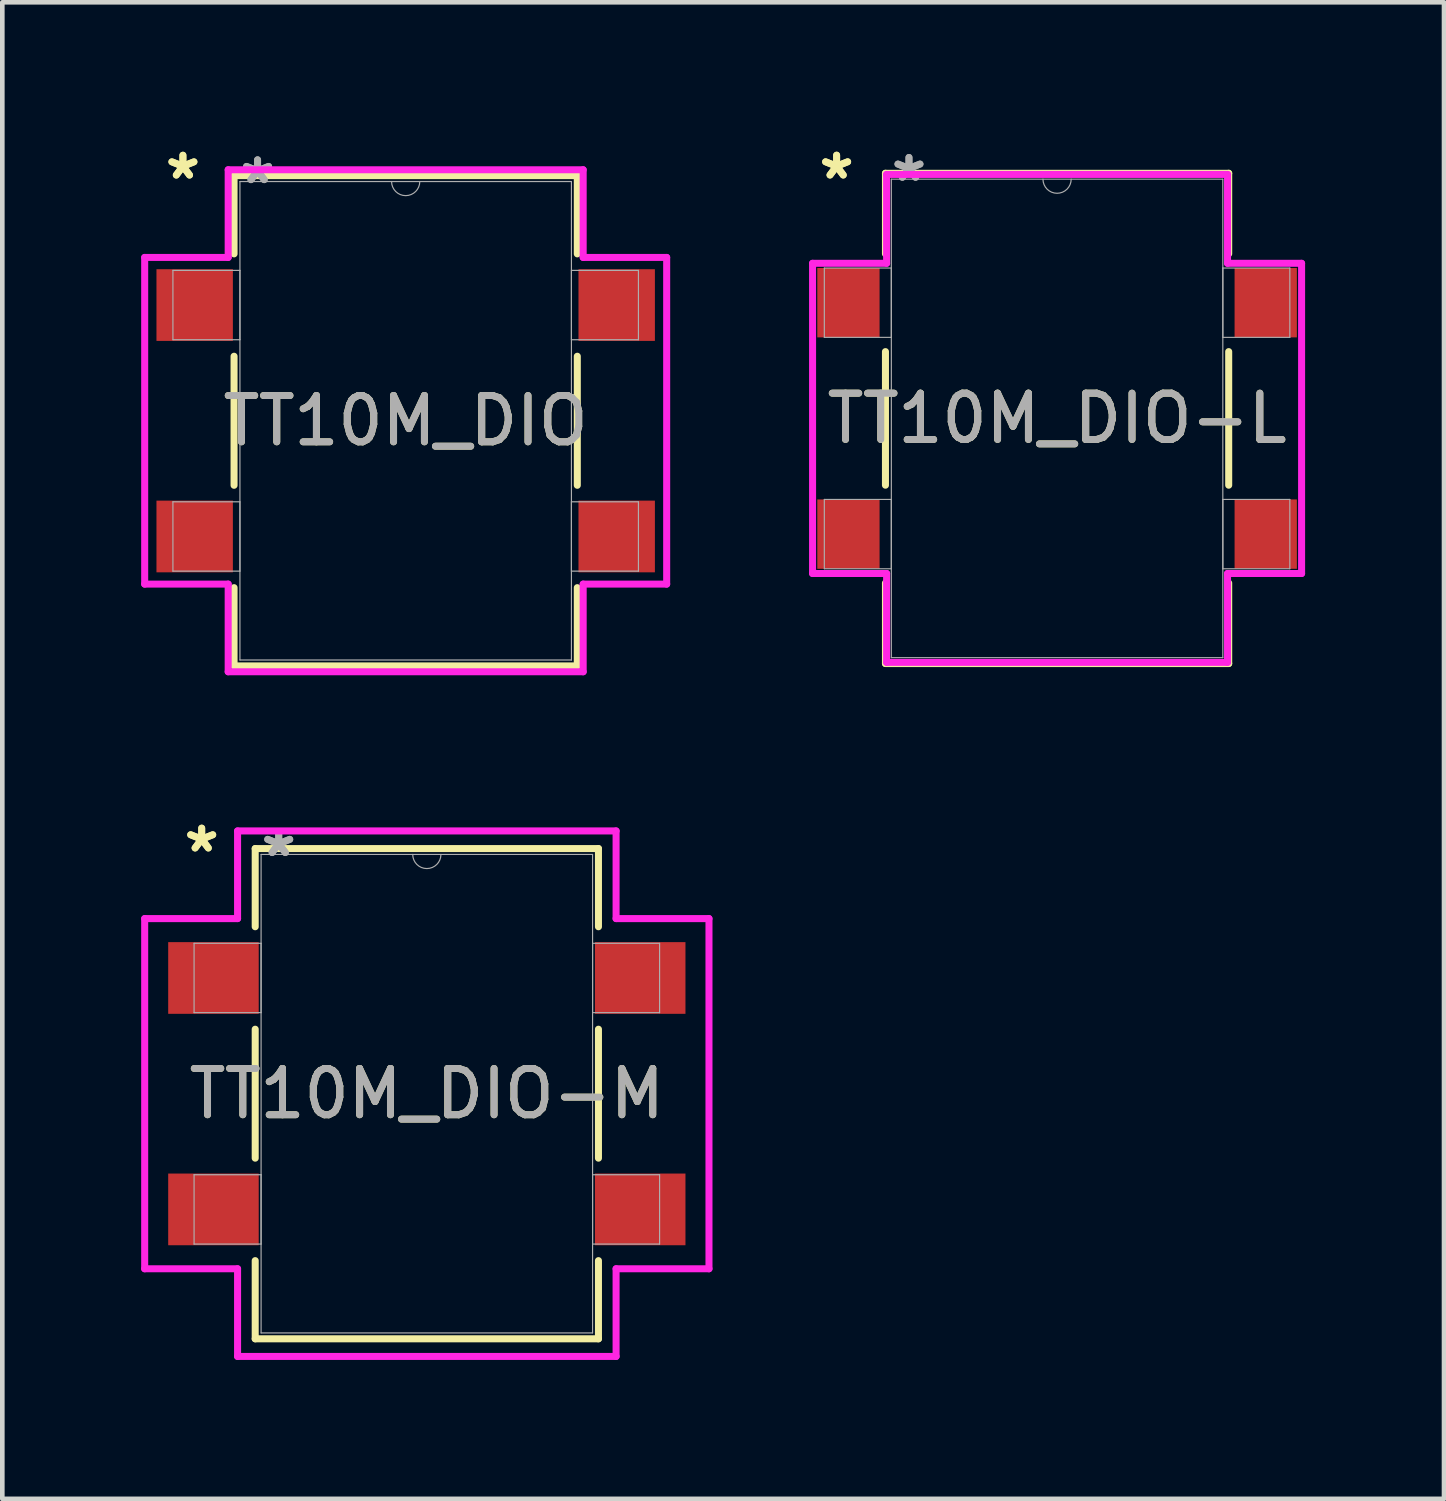
<source format=kicad_pcb>
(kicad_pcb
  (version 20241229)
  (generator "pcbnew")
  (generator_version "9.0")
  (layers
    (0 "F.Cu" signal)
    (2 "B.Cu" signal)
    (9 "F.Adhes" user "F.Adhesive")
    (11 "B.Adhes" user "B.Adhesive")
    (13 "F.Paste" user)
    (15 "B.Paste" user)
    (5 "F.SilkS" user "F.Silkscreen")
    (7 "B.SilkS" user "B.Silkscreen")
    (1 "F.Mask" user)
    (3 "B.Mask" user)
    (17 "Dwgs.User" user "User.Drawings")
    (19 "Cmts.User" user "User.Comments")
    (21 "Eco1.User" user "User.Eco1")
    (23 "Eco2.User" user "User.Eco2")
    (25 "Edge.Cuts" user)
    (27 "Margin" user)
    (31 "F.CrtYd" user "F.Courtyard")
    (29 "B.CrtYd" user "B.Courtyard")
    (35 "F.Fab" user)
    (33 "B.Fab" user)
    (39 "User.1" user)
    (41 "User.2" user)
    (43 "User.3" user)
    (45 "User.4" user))
  (footprint "TT10M_DIO"
    (layer "F.Cu")
    (at 5.715 6.041)
    (property "Reference" "TT10M_DIO" (at 0 0 0) (unlocked yes) (layer "F.SilkS") (effects (font (size 1 1) (thickness 0.15))))
    (attr smd)
    (fp_line (start -3.708 -5.296) (end -3.708 -3.606) (stroke (width 0.152) (type solid)) (layer "F.SilkS"))
    (fp_line (start -3.708 -1.394) (end -3.708 1.394) (stroke (width 0.152) (type solid)) (layer "F.SilkS"))
    (fp_line (start -3.708 3.606) (end -3.708 5.296) (stroke (width 0.152) (type solid)) (layer "F.SilkS"))
    (fp_line (start -3.708 5.296) (end 3.708 5.296) (stroke (width 0.152) (type solid)) (layer "F.SilkS"))
    (fp_line (start 3.708 -5.296) (end -3.708 -5.296) (stroke (width 0.152) (type solid)) (layer "F.SilkS"))
    (fp_line (start 3.708 -3.606) (end 3.708 -5.296) (stroke (width 0.152) (type solid)) (layer "F.SilkS"))
    (fp_line (start 3.708 1.394) (end 3.708 -1.394) (stroke (width 0.152) (type solid)) (layer "F.SilkS"))
    (fp_line (start 3.708 5.296) (end 3.708 3.606) (stroke (width 0.152) (type solid)) (layer "F.SilkS"))
    (fp_line (start -5.639 -3.529) (end -3.835 -3.529) (stroke (width 0.152) (type solid)) (layer "F.CrtYd"))
    (fp_line (start -5.639 3.529) (end -5.639 -3.529) (stroke (width 0.152) (type solid)) (layer "F.CrtYd"))
    (fp_line (start -5.639 3.529) (end -3.835 3.529) (stroke (width 0.152) (type solid)) (layer "F.CrtYd"))
    (fp_line (start -3.835 -5.423) (end 3.835 -5.423) (stroke (width 0.152) (type solid)) (layer "F.CrtYd"))
    (fp_line (start -3.835 -3.529) (end -3.835 -5.423) (stroke (width 0.152) (type solid)) (layer "F.CrtYd"))
    (fp_line (start -3.835 5.423) (end -3.835 3.529) (stroke (width 0.152) (type solid)) (layer "F.CrtYd"))
    (fp_line (start 3.835 -5.423) (end 3.835 -3.529) (stroke (width 0.152) (type solid)) (layer "F.CrtYd"))
    (fp_line (start 3.835 3.529) (end 3.835 5.423) (stroke (width 0.152) (type solid)) (layer "F.CrtYd"))
    (fp_line (start 3.835 5.423) (end -3.835 5.423) (stroke (width 0.152) (type solid)) (layer "F.CrtYd"))
    (fp_line (start 5.639 -3.529) (end 3.835 -3.529) (stroke (width 0.152) (type solid)) (layer "F.CrtYd"))
    (fp_line (start 5.639 -3.529) (end 5.639 3.529) (stroke (width 0.152) (type solid)) (layer "F.CrtYd"))
    (fp_line (start 5.639 3.529) (end 3.835 3.529) (stroke (width 0.152) (type solid)) (layer "F.CrtYd"))
    (fp_line (start -5.029 -3.249) (end -5.029 -1.751) (stroke (width 0.025) (type solid)) (layer "F.Fab"))
    (fp_line (start -5.029 -1.751) (end -3.581 -1.751) (stroke (width 0.025) (type solid)) (layer "F.Fab"))
    (fp_line (start -5.029 1.751) (end -5.029 3.249) (stroke (width 0.025) (type solid)) (layer "F.Fab"))
    (fp_line (start -5.029 3.249) (end -3.581 3.249) (stroke (width 0.025) (type solid)) (layer "F.Fab"))
    (fp_line (start -3.581 -5.169) (end -3.581 5.169) (stroke (width 0.025) (type solid)) (layer "F.Fab"))
    (fp_line (start -3.581 -3.249) (end -5.029 -3.249) (stroke (width 0.025) (type solid)) (layer "F.Fab"))
    (fp_line (start -3.581 -1.751) (end -3.581 -3.249) (stroke (width 0.025) (type solid)) (layer "F.Fab"))
    (fp_line (start -3.581 1.751) (end -5.029 1.751) (stroke (width 0.025) (type solid)) (layer "F.Fab"))
    (fp_line (start -3.581 3.249) (end -3.581 1.751) (stroke (width 0.025) (type solid)) (layer "F.Fab"))
    (fp_line (start -3.581 5.169) (end 3.581 5.169) (stroke (width 0.025) (type solid)) (layer "F.Fab"))
    (fp_line (start 3.581 -5.169) (end -3.581 -5.169) (stroke (width 0.025) (type solid)) (layer "F.Fab"))
    (fp_line (start 3.581 -3.249) (end 3.581 -1.751) (stroke (width 0.025) (type solid)) (layer "F.Fab"))
    (fp_line (start 3.581 -1.751) (end 5.029 -1.751) (stroke (width 0.025) (type solid)) (layer "F.Fab"))
    (fp_line (start 3.581 1.751) (end 3.581 3.249) (stroke (width 0.025) (type solid)) (layer "F.Fab"))
    (fp_line (start 3.581 3.249) (end 5.029 3.249) (stroke (width 0.025) (type solid)) (layer "F.Fab"))
    (fp_line (start 3.581 5.169) (end 3.581 -5.169) (stroke (width 0.025) (type solid)) (layer "F.Fab"))
    (fp_line (start 5.029 -3.249) (end 3.581 -3.249) (stroke (width 0.025) (type solid)) (layer "F.Fab"))
    (fp_line (start 5.029 -1.751) (end 5.029 -3.249) (stroke (width 0.025) (type solid)) (layer "F.Fab"))
    (fp_line (start 5.029 1.751) (end 3.581 1.751) (stroke (width 0.025) (type solid)) (layer "F.Fab"))
    (fp_line (start 5.029 3.249) (end 5.029 1.751) (stroke (width 0.025) (type solid)) (layer "F.Fab"))
    (fp_arc (start 0.3048 -5.1689) (mid 0 -4.8641) (end -0.3048 -5.1689) (stroke (width 0.0254) (type solid)) (layer "F.Fab"))
    (fp_text user "*" (at -4.813 -5.192 0) (layer "F.SilkS") (effects (font (size 1 1) (thickness 0.15))))
    (fp_text user "*" (at -4.813 -5.192 0) (unlocked yes) (layer "F.SilkS") (effects (font (size 1 1) (thickness 0.15))))
    (fp_text user "*" (at -3.2 -5.093 0) (layer "F.Fab") (effects (font (size 1 1) (thickness 0.15))))
    (fp_text user "*" (at -3.2 -5.093 0) (unlocked yes) (layer "F.Fab") (effects (font (size 1 1) (thickness 0.15))))
    (fp_text user "${REFERENCE}" (at 0 0 0) (unlocked yes) (layer "F.Fab") (effects (font (size 1 1) (thickness 0.15))))
    (pad "1" smd rect (at -4.559 -2.5) (size 1.651 1.549) (layers "F.Cu" "F.Mask" "F.Paste"))
    (pad "2" smd rect (at -4.559 2.5) (size 1.651 1.549) (layers "F.Cu" "F.Mask" "F.Paste"))
    (pad "3" smd rect (at 4.559 2.5) (size 1.651 1.549) (layers "F.Cu" "F.Mask" "F.Paste"))
    (pad "4" smd rect (at 4.559 -2.5) (size 1.651 1.549) (layers "F.Cu" "F.Mask" "F.Paste")))
  (footprint "TT10M_DIO-L"
    (layer "F.Cu")
    (at 19.789 5.99)
    (property "Reference" "TT10M_DIO-L" (at 0 0 0) (unlocked yes) (layer "F.SilkS") (effects (font (size 1 1) (thickness 0.15))))
    (attr smd)
    (fp_line (start -3.708 -5.296) (end -3.708 -3.557) (stroke (width 0.152) (type solid)) (layer "F.SilkS"))
    (fp_line (start -3.708 -1.443) (end -3.708 1.443) (stroke (width 0.152) (type solid)) (layer "F.SilkS"))
    (fp_line (start -3.708 3.557) (end -3.708 5.296) (stroke (width 0.152) (type solid)) (layer "F.SilkS"))
    (fp_line (start -3.708 5.296) (end 3.708 5.296) (stroke (width 0.152) (type solid)) (layer "F.SilkS"))
    (fp_line (start 3.708 -5.296) (end -3.708 -5.296) (stroke (width 0.152) (type solid)) (layer "F.SilkS"))
    (fp_line (start 3.708 -3.557) (end 3.708 -5.296) (stroke (width 0.152) (type solid)) (layer "F.SilkS"))
    (fp_line (start 3.708 1.443) (end 3.708 -1.443) (stroke (width 0.152) (type solid)) (layer "F.SilkS"))
    (fp_line (start 3.708 5.296) (end 3.708 3.557) (stroke (width 0.152) (type solid)) (layer "F.SilkS"))
    (fp_line (start -5.283 -3.351) (end -3.683 -3.351) (stroke (width 0.152) (type solid)) (layer "F.CrtYd"))
    (fp_line (start -5.283 3.351) (end -5.283 -3.351) (stroke (width 0.152) (type solid)) (layer "F.CrtYd"))
    (fp_line (start -5.283 3.351) (end -3.683 3.351) (stroke (width 0.152) (type solid)) (layer "F.CrtYd"))
    (fp_line (start -3.683 -5.271) (end 3.683 -5.271) (stroke (width 0.152) (type solid)) (layer "F.CrtYd"))
    (fp_line (start -3.683 -3.351) (end -3.683 -5.271) (stroke (width 0.152) (type solid)) (layer "F.CrtYd"))
    (fp_line (start -3.683 5.271) (end -3.683 3.351) (stroke (width 0.152) (type solid)) (layer "F.CrtYd"))
    (fp_line (start 3.683 -5.271) (end 3.683 -3.351) (stroke (width 0.152) (type solid)) (layer "F.CrtYd"))
    (fp_line (start 3.683 3.351) (end 3.683 5.271) (stroke (width 0.152) (type solid)) (layer "F.CrtYd"))
    (fp_line (start 3.683 5.271) (end -3.683 5.271) (stroke (width 0.152) (type solid)) (layer "F.CrtYd"))
    (fp_line (start 5.283 -3.351) (end 3.683 -3.351) (stroke (width 0.152) (type solid)) (layer "F.CrtYd"))
    (fp_line (start 5.283 -3.351) (end 5.283 3.351) (stroke (width 0.152) (type solid)) (layer "F.CrtYd"))
    (fp_line (start 5.283 3.351) (end 3.683 3.351) (stroke (width 0.152) (type solid)) (layer "F.CrtYd"))
    (fp_line (start -5.029 -3.249) (end -5.029 -1.751) (stroke (width 0.025) (type solid)) (layer "F.Fab"))
    (fp_line (start -5.029 -1.751) (end -3.581 -1.751) (stroke (width 0.025) (type solid)) (layer "F.Fab"))
    (fp_line (start -5.029 1.751) (end -5.029 3.249) (stroke (width 0.025) (type solid)) (layer "F.Fab"))
    (fp_line (start -5.029 3.249) (end -3.581 3.249) (stroke (width 0.025) (type solid)) (layer "F.Fab"))
    (fp_line (start -3.581 -5.169) (end -3.581 5.169) (stroke (width 0.025) (type solid)) (layer "F.Fab"))
    (fp_line (start -3.581 -3.249) (end -5.029 -3.249) (stroke (width 0.025) (type solid)) (layer "F.Fab"))
    (fp_line (start -3.581 -1.751) (end -3.581 -3.249) (stroke (width 0.025) (type solid)) (layer "F.Fab"))
    (fp_line (start -3.581 1.751) (end -5.029 1.751) (stroke (width 0.025) (type solid)) (layer "F.Fab"))
    (fp_line (start -3.581 3.249) (end -3.581 1.751) (stroke (width 0.025) (type solid)) (layer "F.Fab"))
    (fp_line (start -3.581 5.169) (end 3.581 5.169) (stroke (width 0.025) (type solid)) (layer "F.Fab"))
    (fp_line (start 3.581 -5.169) (end -3.581 -5.169) (stroke (width 0.025) (type solid)) (layer "F.Fab"))
    (fp_line (start 3.581 -3.249) (end 3.581 -1.751) (stroke (width 0.025) (type solid)) (layer "F.Fab"))
    (fp_line (start 3.581 -1.751) (end 5.029 -1.751) (stroke (width 0.025) (type solid)) (layer "F.Fab"))
    (fp_line (start 3.581 1.751) (end 3.581 3.249) (stroke (width 0.025) (type solid)) (layer "F.Fab"))
    (fp_line (start 3.581 3.249) (end 5.029 3.249) (stroke (width 0.025) (type solid)) (layer "F.Fab"))
    (fp_line (start 3.581 5.169) (end 3.581 -5.169) (stroke (width 0.025) (type solid)) (layer "F.Fab"))
    (fp_line (start 5.029 -3.249) (end 3.581 -3.249) (stroke (width 0.025) (type solid)) (layer "F.Fab"))
    (fp_line (start 5.029 -1.751) (end 5.029 -3.249) (stroke (width 0.025) (type solid)) (layer "F.Fab"))
    (fp_line (start 5.029 1.751) (end 3.581 1.751) (stroke (width 0.025) (type solid)) (layer "F.Fab"))
    (fp_line (start 5.029 3.249) (end 5.029 1.751) (stroke (width 0.025) (type solid)) (layer "F.Fab"))
    (fp_arc (start 0.3048 -5.1689) (mid 0 -4.8641) (end -0.3048 -5.1689) (stroke (width 0.0254) (type solid)) (layer "F.Fab"))
    (fp_text user "*" (at -4.763 -5.142 0) (layer "F.SilkS") (effects (font (size 1 1) (thickness 0.15))))
    (fp_text user "*" (at -4.763 -5.142 0) (unlocked yes) (layer "F.SilkS") (effects (font (size 1 1) (thickness 0.15))))
    (fp_text user "*" (at -3.2 -5.093 0) (layer "F.Fab") (effects (font (size 1 1) (thickness 0.15))))
    (fp_text user "${REFERENCE}" (at 0 0 0) (unlocked yes) (layer "F.Fab") (effects (font (size 1 1) (thickness 0.15))))
    (fp_text user "*" (at -3.2 -5.093 0) (unlocked yes) (layer "F.Fab") (effects (font (size 1 1) (thickness 0.15))))
    (pad "1" smd rect (at -4.508 -2.5) (size 1.346 1.499) (layers "F.Cu" "F.Mask" "F.Paste"))
    (pad "2" smd rect (at -4.508 2.5) (size 1.346 1.499) (layers "F.Cu" "F.Mask" "F.Paste"))
    (pad "3" smd rect (at 4.508 2.5) (size 1.346 1.499) (layers "F.Cu" "F.Mask" "F.Paste"))
    (pad "4" smd rect (at 4.508 -2.5) (size 1.346 1.499) (layers "F.Cu" "F.Mask" "F.Paste")))
  (footprint "TT10M_DIO-M"
    (layer "F.Cu")
    (at 6.172 20.58)
    (property "Reference" "TT10M_DIO-M" (at 0 0 0) (unlocked yes) (layer "F.SilkS") (effects (font (size 1 1) (thickness 0.15))))
    (attr smd)
    (fp_line (start -3.708 -5.296) (end -3.708 -3.607) (stroke (width 0.152) (type solid)) (layer "F.SilkS"))
    (fp_line (start -3.708 -1.393) (end -3.708 1.393) (stroke (width 0.152) (type solid)) (layer "F.SilkS"))
    (fp_line (start -3.708 3.607) (end -3.708 5.296) (stroke (width 0.152) (type solid)) (layer "F.SilkS"))
    (fp_line (start -3.708 5.296) (end 3.708 5.296) (stroke (width 0.152) (type solid)) (layer "F.SilkS"))
    (fp_line (start 3.708 -5.296) (end -3.708 -5.296) (stroke (width 0.152) (type solid)) (layer "F.SilkS"))
    (fp_line (start 3.708 -3.607) (end 3.708 -5.296) (stroke (width 0.152) (type solid)) (layer "F.SilkS"))
    (fp_line (start 3.708 1.393) (end 3.708 -1.393) (stroke (width 0.152) (type solid)) (layer "F.SilkS"))
    (fp_line (start 3.708 5.296) (end 3.708 3.607) (stroke (width 0.152) (type solid)) (layer "F.SilkS"))
    (fp_line (start -6.096 -3.783) (end -4.089 -3.783) (stroke (width 0.152) (type solid)) (layer "F.CrtYd"))
    (fp_line (start -6.096 3.783) (end -6.096 -3.783) (stroke (width 0.152) (type solid)) (layer "F.CrtYd"))
    (fp_line (start -6.096 3.783) (end -4.089 3.783) (stroke (width 0.152) (type solid)) (layer "F.CrtYd"))
    (fp_line (start -4.089 -5.677) (end 4.089 -5.677) (stroke (width 0.152) (type solid)) (layer "F.CrtYd"))
    (fp_line (start -4.089 -3.783) (end -4.089 -5.677) (stroke (width 0.152) (type solid)) (layer "F.CrtYd"))
    (fp_line (start -4.089 5.677) (end -4.089 3.783) (stroke (width 0.152) (type solid)) (layer "F.CrtYd"))
    (fp_line (start 4.089 -5.677) (end 4.089 -3.783) (stroke (width 0.152) (type solid)) (layer "F.CrtYd"))
    (fp_line (start 4.089 3.783) (end 4.089 5.677) (stroke (width 0.152) (type solid)) (layer "F.CrtYd"))
    (fp_line (start 4.089 5.677) (end -4.089 5.677) (stroke (width 0.152) (type solid)) (layer "F.CrtYd"))
    (fp_line (start 6.096 -3.783) (end 4.089 -3.783) (stroke (width 0.152) (type solid)) (layer "F.CrtYd"))
    (fp_line (start 6.096 -3.783) (end 6.096 3.783) (stroke (width 0.152) (type solid)) (layer "F.CrtYd"))
    (fp_line (start 6.096 3.783) (end 4.089 3.783) (stroke (width 0.152) (type solid)) (layer "F.CrtYd"))
    (fp_line (start -5.029 -3.249) (end -5.029 -1.751) (stroke (width 0.025) (type solid)) (layer "F.Fab"))
    (fp_line (start -5.029 -1.751) (end -3.581 -1.751) (stroke (width 0.025) (type solid)) (layer "F.Fab"))
    (fp_line (start -5.029 1.751) (end -5.029 3.249) (stroke (width 0.025) (type solid)) (layer "F.Fab"))
    (fp_line (start -5.029 3.249) (end -3.581 3.249) (stroke (width 0.025) (type solid)) (layer "F.Fab"))
    (fp_line (start -3.581 -5.169) (end -3.581 5.169) (stroke (width 0.025) (type solid)) (layer "F.Fab"))
    (fp_line (start -3.581 -3.249) (end -5.029 -3.249) (stroke (width 0.025) (type solid)) (layer "F.Fab"))
    (fp_line (start -3.581 -1.751) (end -3.581 -3.249) (stroke (width 0.025) (type solid)) (layer "F.Fab"))
    (fp_line (start -3.581 1.751) (end -5.029 1.751) (stroke (width 0.025) (type solid)) (layer "F.Fab"))
    (fp_line (start -3.581 3.249) (end -3.581 1.751) (stroke (width 0.025) (type solid)) (layer "F.Fab"))
    (fp_line (start -3.581 5.169) (end 3.581 5.169) (stroke (width 0.025) (type solid)) (layer "F.Fab"))
    (fp_line (start 3.581 -5.169) (end -3.581 -5.169) (stroke (width 0.025) (type solid)) (layer "F.Fab"))
    (fp_line (start 3.581 -3.249) (end 3.581 -1.751) (stroke (width 0.025) (type solid)) (layer "F.Fab"))
    (fp_line (start 3.581 -1.751) (end 5.029 -1.751) (stroke (width 0.025) (type solid)) (layer "F.Fab"))
    (fp_line (start 3.581 1.751) (end 3.581 3.249) (stroke (width 0.025) (type solid)) (layer "F.Fab"))
    (fp_line (start 3.581 3.249) (end 5.029 3.249) (stroke (width 0.025) (type solid)) (layer "F.Fab"))
    (fp_line (start 3.581 5.169) (end 3.581 -5.169) (stroke (width 0.025) (type solid)) (layer "F.Fab"))
    (fp_line (start 5.029 -3.249) (end 3.581 -3.249) (stroke (width 0.025) (type solid)) (layer "F.Fab"))
    (fp_line (start 5.029 -1.751) (end 5.029 -3.249) (stroke (width 0.025) (type solid)) (layer "F.Fab"))
    (fp_line (start 5.029 1.751) (end 3.581 1.751) (stroke (width 0.025) (type solid)) (layer "F.Fab"))
    (fp_line (start 5.029 3.249) (end 5.029 1.751) (stroke (width 0.025) (type solid)) (layer "F.Fab"))
    (fp_arc (start 0.3048 -5.1689) (mid 0 -4.8641) (end -0.3048 -5.1689) (stroke (width 0.0254) (type solid)) (layer "F.Fab"))
    (fp_text user "*" (at -4.864 -5.192 0) (unlocked yes) (layer "F.SilkS") (effects (font (size 1 1) (thickness 0.15))))
    (fp_text user "*" (at -4.864 -5.192 0) (layer "F.SilkS") (effects (font (size 1 1) (thickness 0.15))))
    (fp_text user "*" (at -3.2 -5.093 0) (layer "F.Fab") (effects (font (size 1 1) (thickness 0.15))))
    (fp_text user "${REFERENCE}" (at 0 0 0) (unlocked yes) (layer "F.Fab") (effects (font (size 1 1) (thickness 0.15))))
    (fp_text user "*" (at -3.2 -5.093 0) (unlocked yes) (layer "F.Fab") (effects (font (size 1 1) (thickness 0.15))))
    (pad "1" smd rect (at -4.61 -2.5) (size 1.956 1.549) (layers "F.Cu" "F.Mask" "F.Paste"))
    (pad "2" smd rect (at -4.61 2.5) (size 1.956 1.549) (layers "F.Cu" "F.Mask" "F.Paste"))
    (pad "3" smd rect (at 4.61 2.5) (size 1.956 1.549) (layers "F.Cu" "F.Mask" "F.Paste"))
    (pad "4" smd rect (at 4.61 -2.5) (size 1.956 1.549) (layers "F.Cu" "F.Mask" "F.Paste")))
  (gr_rect
    (start -3 -3)
    (end 28.149 29.334)
    (stroke (width 0.1) (type default))
    (fill no)
    (layer "Edge.Cuts")))
</source>
